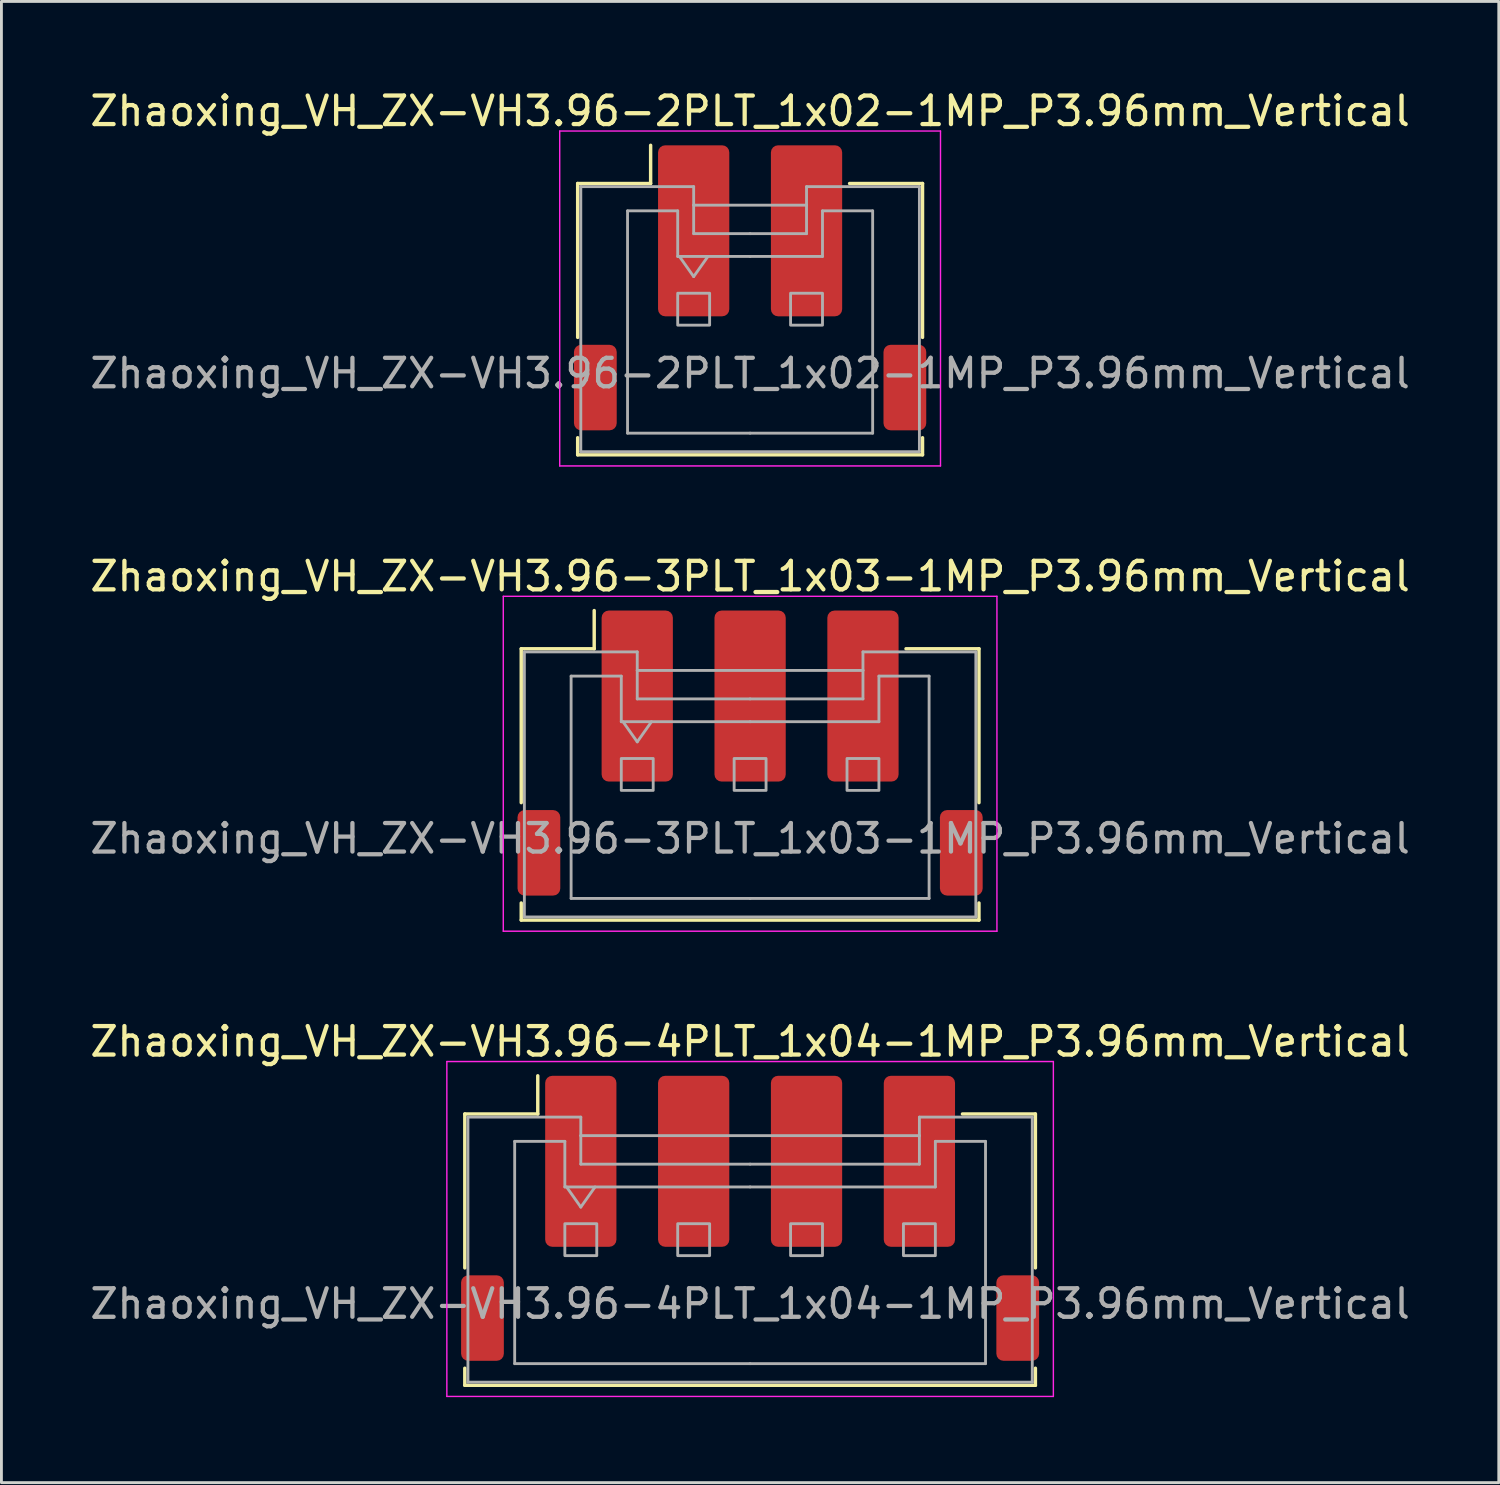
<source format=kicad_pcb>
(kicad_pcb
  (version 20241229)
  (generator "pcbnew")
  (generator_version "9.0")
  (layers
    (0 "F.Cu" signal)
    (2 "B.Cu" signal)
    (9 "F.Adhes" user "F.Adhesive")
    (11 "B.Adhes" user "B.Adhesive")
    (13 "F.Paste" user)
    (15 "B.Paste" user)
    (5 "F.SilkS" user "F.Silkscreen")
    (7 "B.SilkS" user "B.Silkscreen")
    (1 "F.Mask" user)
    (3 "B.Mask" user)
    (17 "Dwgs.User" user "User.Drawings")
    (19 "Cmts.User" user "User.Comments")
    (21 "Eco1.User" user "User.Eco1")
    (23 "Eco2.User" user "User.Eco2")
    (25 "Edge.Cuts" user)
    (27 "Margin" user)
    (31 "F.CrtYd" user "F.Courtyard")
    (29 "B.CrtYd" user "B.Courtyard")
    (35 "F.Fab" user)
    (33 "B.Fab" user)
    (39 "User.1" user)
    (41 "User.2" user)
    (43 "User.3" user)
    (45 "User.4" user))
  (footprint "Zhaoxing_VH_ZX-VH3.96-2PLT_1x02-1MP_P3.96mm_Vertical"
    (layer "F.Cu")
    (at 23.268 7.048)
    (property "Reference" "Zhaoxing_VH_ZX-VH3.96-2PLT_1x02-1MP_P3.96mm_Vertical" (at 0 -6.2 0) (layer "F.SilkS") (effects (font (size 1 1) (thickness 0.15))))
    (attr smd)
    (fp_line (start -6.05 -3.66) (end -3.49 -3.66) (stroke (width 0.12) (type solid)) (layer "F.SilkS"))
    (fp_line (start -6.05 1.74) (end -6.05 -3.66) (stroke (width 0.12) (type solid)) (layer "F.SilkS"))
    (fp_line (start -6.05 5.26) (end -6.05 5.86) (stroke (width 0.12) (type solid)) (layer "F.SilkS"))
    (fp_line (start -6.05 5.86) (end 6.05 5.86) (stroke (width 0.12) (type solid)) (layer "F.SilkS"))
    (fp_line (start -3.49 -3.66) (end -3.49 -5) (stroke (width 0.12) (type solid)) (layer "F.SilkS"))
    (fp_line (start 6.05 -3.66) (end 3.49 -3.66) (stroke (width 0.12) (type solid)) (layer "F.SilkS"))
    (fp_line (start 6.05 1.74) (end 6.05 -3.66) (stroke (width 0.12) (type solid)) (layer "F.SilkS"))
    (fp_line (start 6.05 5.86) (end 6.05 5.26) (stroke (width 0.12) (type solid)) (layer "F.SilkS"))
    (fp_line (start -6.68 -5.5) (end -6.68 6.25) (stroke (width 0.05) (type solid)) (layer "F.CrtYd"))
    (fp_line (start -6.68 6.25) (end 6.68 6.25) (stroke (width 0.05) (type solid)) (layer "F.CrtYd"))
    (fp_line (start 6.68 -5.5) (end -6.68 -5.5) (stroke (width 0.05) (type solid)) (layer "F.CrtYd"))
    (fp_line (start 6.68 6.25) (end 6.68 -5.5) (stroke (width 0.05) (type solid)) (layer "F.CrtYd"))
    (fp_line (start -5.94 -3.55) (end -5.94 5.75) (stroke (width 0.1) (type solid)) (layer "F.Fab"))
    (fp_line (start -5.94 -3.55) (end -1.98 -3.55) (stroke (width 0.1) (type solid)) (layer "F.Fab"))
    (fp_line (start -5.94 5.75) (end 5.94 5.75) (stroke (width 0.1) (type solid)) (layer "F.Fab"))
    (fp_line (start -4.3 -2.7) (end -4.3 5.1) (stroke (width 0.1) (type solid)) (layer "F.Fab"))
    (fp_line (start -4.3 5.1) (end 0 5.1) (stroke (width 0.1) (type solid)) (layer "F.Fab"))
    (fp_line (start -2.54 -2.7) (end -4.3 -2.7) (stroke (width 0.1) (type solid)) (layer "F.Fab"))
    (fp_line (start -2.54 -1.1) (end -2.54 -2.7) (stroke (width 0.1) (type solid)) (layer "F.Fab"))
    (fp_line (start -2.48 -1.1) (end -1.98 -0.393) (stroke (width 0.1) (type solid)) (layer "F.Fab"))
    (fp_line (start -1.98 -3.55) (end -1.98 -2.9) (stroke (width 0.1) (type solid)) (layer "F.Fab"))
    (fp_line (start -1.98 -2.9) (end 1.98 -2.9) (stroke (width 0.1) (type solid)) (layer "F.Fab"))
    (fp_line (start -1.98 -1.9) (end -1.98 -2.9) (stroke (width 0.1) (type solid)) (layer "F.Fab"))
    (fp_line (start -1.98 -0.393) (end -1.48 -1.1) (stroke (width 0.1) (type solid)) (layer "F.Fab"))
    (fp_line (start 0 -1.9) (end -1.98 -1.9) (stroke (width 0.1) (type solid)) (layer "F.Fab"))
    (fp_line (start 0 -1.9) (end 1.98 -1.9) (stroke (width 0.1) (type solid)) (layer "F.Fab"))
    (fp_line (start 0 -1.1) (end -2.54 -1.1) (stroke (width 0.1) (type solid)) (layer "F.Fab"))
    (fp_line (start 0 -1.1) (end 2.54 -1.1) (stroke (width 0.1) (type solid)) (layer "F.Fab"))
    (fp_line (start 1.98 -3.55) (end 5.94 -3.55) (stroke (width 0.1) (type solid)) (layer "F.Fab"))
    (fp_line (start 1.98 -2.9) (end 1.98 -3.55) (stroke (width 0.1) (type solid)) (layer "F.Fab"))
    (fp_line (start 1.98 -1.9) (end 1.98 -2.9) (stroke (width 0.1) (type solid)) (layer "F.Fab"))
    (fp_line (start 2.54 -2.7) (end 4.3 -2.7) (stroke (width 0.1) (type solid)) (layer "F.Fab"))
    (fp_line (start 2.54 -1.1) (end 2.54 -2.7) (stroke (width 0.1) (type solid)) (layer "F.Fab"))
    (fp_line (start 4.3 -2.7) (end 4.3 5.1) (stroke (width 0.1) (type solid)) (layer "F.Fab"))
    (fp_line (start 4.3 5.1) (end 0 5.1) (stroke (width 0.1) (type solid)) (layer "F.Fab"))
    (fp_line (start 5.94 -3.55) (end 5.94 5.75) (stroke (width 0.1) (type solid)) (layer "F.Fab"))
    (fp_rect (start -2.54 0.19) (end -1.42 1.31) (stroke (width 0.1) (type solid)) (fill no) (layer "F.Fab"))
    (fp_rect (start 1.42 0.19) (end 2.54 1.31) (stroke (width 0.1) (type solid)) (fill no) (layer "F.Fab"))
    (fp_text user "${REFERENCE}" (at 0 3 0) (layer "F.Fab") (effects (font (size 1 1) (thickness 0.15))))
    (pad "1" smd roundrect (at -1.98 -2) (size 2.5 6) (layers "F.Cu" "F.Mask" "F.Paste") (roundrect_rratio 0.1))
    (pad "2" smd roundrect (at 1.98 -2) (size 2.5 6) (layers "F.Cu" "F.Mask" "F.Paste") (roundrect_rratio 0.1))
    (pad "MP" smd roundrect (at -5.43 3.5) (size 1.5 3) (layers "F.Cu" "F.Mask" "F.Paste") (roundrect_rratio 0.167))
    (pad "MP" smd roundrect (at 5.43 3.5) (size 1.5 3) (layers "F.Cu" "F.Mask" "F.Paste") (roundrect_rratio 0.167)))
  (footprint "Zhaoxing_VH_ZX-VH3.96-3PLT_1x03-1MP_P3.96mm_Vertical"
    (layer "F.Cu")
    (at 23.268 23.372)
    (property "Reference" "Zhaoxing_VH_ZX-VH3.96-3PLT_1x03-1MP_P3.96mm_Vertical" (at 0 -6.2 0) (layer "F.SilkS") (effects (font (size 1 1) (thickness 0.15))))
    (attr smd)
    (fp_line (start -8.03 -3.66) (end -5.47 -3.66) (stroke (width 0.12) (type solid)) (layer "F.SilkS"))
    (fp_line (start -8.03 1.74) (end -8.03 -3.66) (stroke (width 0.12) (type solid)) (layer "F.SilkS"))
    (fp_line (start -8.03 5.26) (end -8.03 5.86) (stroke (width 0.12) (type solid)) (layer "F.SilkS"))
    (fp_line (start -8.03 5.86) (end 8.03 5.86) (stroke (width 0.12) (type solid)) (layer "F.SilkS"))
    (fp_line (start -5.47 -3.66) (end -5.47 -5) (stroke (width 0.12) (type solid)) (layer "F.SilkS"))
    (fp_line (start 8.03 -3.66) (end 5.47 -3.66) (stroke (width 0.12) (type solid)) (layer "F.SilkS"))
    (fp_line (start 8.03 1.74) (end 8.03 -3.66) (stroke (width 0.12) (type solid)) (layer "F.SilkS"))
    (fp_line (start 8.03 5.86) (end 8.03 5.26) (stroke (width 0.12) (type solid)) (layer "F.SilkS"))
    (fp_line (start -8.66 -5.5) (end -8.66 6.25) (stroke (width 0.05) (type solid)) (layer "F.CrtYd"))
    (fp_line (start -8.66 6.25) (end 8.66 6.25) (stroke (width 0.05) (type solid)) (layer "F.CrtYd"))
    (fp_line (start 8.66 -5.5) (end -8.66 -5.5) (stroke (width 0.05) (type solid)) (layer "F.CrtYd"))
    (fp_line (start 8.66 6.25) (end 8.66 -5.5) (stroke (width 0.05) (type solid)) (layer "F.CrtYd"))
    (fp_line (start -7.92 -3.55) (end -7.92 5.75) (stroke (width 0.1) (type solid)) (layer "F.Fab"))
    (fp_line (start -7.92 -3.55) (end -3.96 -3.55) (stroke (width 0.1) (type solid)) (layer "F.Fab"))
    (fp_line (start -7.92 5.75) (end 7.92 5.75) (stroke (width 0.1) (type solid)) (layer "F.Fab"))
    (fp_line (start -6.28 -2.7) (end -6.28 5.1) (stroke (width 0.1) (type solid)) (layer "F.Fab"))
    (fp_line (start -6.28 5.1) (end 0 5.1) (stroke (width 0.1) (type solid)) (layer "F.Fab"))
    (fp_line (start -4.52 -2.7) (end -6.28 -2.7) (stroke (width 0.1) (type solid)) (layer "F.Fab"))
    (fp_line (start -4.52 -1.1) (end -4.52 -2.7) (stroke (width 0.1) (type solid)) (layer "F.Fab"))
    (fp_line (start -4.46 -1.1) (end -3.96 -0.393) (stroke (width 0.1) (type solid)) (layer "F.Fab"))
    (fp_line (start -3.96 -3.55) (end -3.96 -2.9) (stroke (width 0.1) (type solid)) (layer "F.Fab"))
    (fp_line (start -3.96 -2.9) (end 3.96 -2.9) (stroke (width 0.1) (type solid)) (layer "F.Fab"))
    (fp_line (start -3.96 -1.9) (end -3.96 -2.9) (stroke (width 0.1) (type solid)) (layer "F.Fab"))
    (fp_line (start -3.96 -0.393) (end -3.46 -1.1) (stroke (width 0.1) (type solid)) (layer "F.Fab"))
    (fp_line (start 0 -1.9) (end -3.96 -1.9) (stroke (width 0.1) (type solid)) (layer "F.Fab"))
    (fp_line (start 0 -1.9) (end 3.96 -1.9) (stroke (width 0.1) (type solid)) (layer "F.Fab"))
    (fp_line (start 0 -1.1) (end -4.52 -1.1) (stroke (width 0.1) (type solid)) (layer "F.Fab"))
    (fp_line (start 0 -1.1) (end 4.52 -1.1) (stroke (width 0.1) (type solid)) (layer "F.Fab"))
    (fp_line (start 3.96 -3.55) (end 7.92 -3.55) (stroke (width 0.1) (type solid)) (layer "F.Fab"))
    (fp_line (start 3.96 -2.9) (end 3.96 -3.55) (stroke (width 0.1) (type solid)) (layer "F.Fab"))
    (fp_line (start 3.96 -1.9) (end 3.96 -2.9) (stroke (width 0.1) (type solid)) (layer "F.Fab"))
    (fp_line (start 4.52 -2.7) (end 6.28 -2.7) (stroke (width 0.1) (type solid)) (layer "F.Fab"))
    (fp_line (start 4.52 -1.1) (end 4.52 -2.7) (stroke (width 0.1) (type solid)) (layer "F.Fab"))
    (fp_line (start 6.28 -2.7) (end 6.28 5.1) (stroke (width 0.1) (type solid)) (layer "F.Fab"))
    (fp_line (start 6.28 5.1) (end 0 5.1) (stroke (width 0.1) (type solid)) (layer "F.Fab"))
    (fp_line (start 7.92 -3.55) (end 7.92 5.75) (stroke (width 0.1) (type solid)) (layer "F.Fab"))
    (fp_rect (start -4.52 0.19) (end -3.4 1.31) (stroke (width 0.1) (type solid)) (fill no) (layer "F.Fab"))
    (fp_rect (start -0.56 0.19) (end 0.56 1.31) (stroke (width 0.1) (type solid)) (fill no) (layer "F.Fab"))
    (fp_rect (start 3.4 0.19) (end 4.52 1.31) (stroke (width 0.1) (type solid)) (fill no) (layer "F.Fab"))
    (fp_text user "${REFERENCE}" (at 0 3 0) (layer "F.Fab") (effects (font (size 1 1) (thickness 0.15))))
    (pad "1" smd roundrect (at -3.96 -2) (size 2.5 6) (layers "F.Cu" "F.Mask" "F.Paste") (roundrect_rratio 0.1))
    (pad "2" smd roundrect (at 0 -2) (size 2.5 6) (layers "F.Cu" "F.Mask" "F.Paste") (roundrect_rratio 0.1))
    (pad "3" smd roundrect (at 3.96 -2) (size 2.5 6) (layers "F.Cu" "F.Mask" "F.Paste") (roundrect_rratio 0.1))
    (pad "MP" smd roundrect (at -7.41 3.5) (size 1.5 3) (layers "F.Cu" "F.Mask" "F.Paste") (roundrect_rratio 0.167))
    (pad "MP" smd roundrect (at 7.41 3.5) (size 1.5 3) (layers "F.Cu" "F.Mask" "F.Paste") (roundrect_rratio 0.167)))
  (footprint "Zhaoxing_VH_ZX-VH3.96-4PLT_1x04-1MP_P3.96mm_Vertical"
    (layer "F.Cu")
    (at 23.268 39.695)
    (property "Reference" "Zhaoxing_VH_ZX-VH3.96-4PLT_1x04-1MP_P3.96mm_Vertical" (at 0 -6.2 0) (layer "F.SilkS") (effects (font (size 1 1) (thickness 0.15))))
    (attr smd)
    (fp_line (start -10.01 -3.66) (end -7.45 -3.66) (stroke (width 0.12) (type solid)) (layer "F.SilkS"))
    (fp_line (start -10.01 1.74) (end -10.01 -3.66) (stroke (width 0.12) (type solid)) (layer "F.SilkS"))
    (fp_line (start -10.01 5.26) (end -10.01 5.86) (stroke (width 0.12) (type solid)) (layer "F.SilkS"))
    (fp_line (start -10.01 5.86) (end 10.01 5.86) (stroke (width 0.12) (type solid)) (layer "F.SilkS"))
    (fp_line (start -7.45 -3.66) (end -7.45 -5) (stroke (width 0.12) (type solid)) (layer "F.SilkS"))
    (fp_line (start 10.01 -3.66) (end 7.45 -3.66) (stroke (width 0.12) (type solid)) (layer "F.SilkS"))
    (fp_line (start 10.01 1.74) (end 10.01 -3.66) (stroke (width 0.12) (type solid)) (layer "F.SilkS"))
    (fp_line (start 10.01 5.86) (end 10.01 5.26) (stroke (width 0.12) (type solid)) (layer "F.SilkS"))
    (fp_line (start -10.64 -5.5) (end -10.64 6.25) (stroke (width 0.05) (type solid)) (layer "F.CrtYd"))
    (fp_line (start -10.64 6.25) (end 10.64 6.25) (stroke (width 0.05) (type solid)) (layer "F.CrtYd"))
    (fp_line (start 10.64 -5.5) (end -10.64 -5.5) (stroke (width 0.05) (type solid)) (layer "F.CrtYd"))
    (fp_line (start 10.64 6.25) (end 10.64 -5.5) (stroke (width 0.05) (type solid)) (layer "F.CrtYd"))
    (fp_line (start -9.9 -3.55) (end -9.9 5.75) (stroke (width 0.1) (type solid)) (layer "F.Fab"))
    (fp_line (start -9.9 -3.55) (end -5.94 -3.55) (stroke (width 0.1) (type solid)) (layer "F.Fab"))
    (fp_line (start -9.9 5.75) (end 9.9 5.75) (stroke (width 0.1) (type solid)) (layer "F.Fab"))
    (fp_line (start -8.26 -2.7) (end -8.26 5.1) (stroke (width 0.1) (type solid)) (layer "F.Fab"))
    (fp_line (start -8.26 5.1) (end 0 5.1) (stroke (width 0.1) (type solid)) (layer "F.Fab"))
    (fp_line (start -6.5 -2.7) (end -8.26 -2.7) (stroke (width 0.1) (type solid)) (layer "F.Fab"))
    (fp_line (start -6.5 -1.1) (end -6.5 -2.7) (stroke (width 0.1) (type solid)) (layer "F.Fab"))
    (fp_line (start -6.44 -1.1) (end -5.94 -0.393) (stroke (width 0.1) (type solid)) (layer "F.Fab"))
    (fp_line (start -5.94 -3.55) (end -5.94 -2.9) (stroke (width 0.1) (type solid)) (layer "F.Fab"))
    (fp_line (start -5.94 -2.9) (end 5.94 -2.9) (stroke (width 0.1) (type solid)) (layer "F.Fab"))
    (fp_line (start -5.94 -1.9) (end -5.94 -2.9) (stroke (width 0.1) (type solid)) (layer "F.Fab"))
    (fp_line (start -5.94 -0.393) (end -5.44 -1.1) (stroke (width 0.1) (type solid)) (layer "F.Fab"))
    (fp_line (start 0 -1.9) (end -5.94 -1.9) (stroke (width 0.1) (type solid)) (layer "F.Fab"))
    (fp_line (start 0 -1.9) (end 5.94 -1.9) (stroke (width 0.1) (type solid)) (layer "F.Fab"))
    (fp_line (start 0 -1.1) (end -6.5 -1.1) (stroke (width 0.1) (type solid)) (layer "F.Fab"))
    (fp_line (start 0 -1.1) (end 6.5 -1.1) (stroke (width 0.1) (type solid)) (layer "F.Fab"))
    (fp_line (start 5.94 -3.55) (end 9.9 -3.55) (stroke (width 0.1) (type solid)) (layer "F.Fab"))
    (fp_line (start 5.94 -2.9) (end 5.94 -3.55) (stroke (width 0.1) (type solid)) (layer "F.Fab"))
    (fp_line (start 5.94 -1.9) (end 5.94 -2.9) (stroke (width 0.1) (type solid)) (layer "F.Fab"))
    (fp_line (start 6.5 -2.7) (end 8.26 -2.7) (stroke (width 0.1) (type solid)) (layer "F.Fab"))
    (fp_line (start 6.5 -1.1) (end 6.5 -2.7) (stroke (width 0.1) (type solid)) (layer "F.Fab"))
    (fp_line (start 8.26 -2.7) (end 8.26 5.1) (stroke (width 0.1) (type solid)) (layer "F.Fab"))
    (fp_line (start 8.26 5.1) (end 0 5.1) (stroke (width 0.1) (type solid)) (layer "F.Fab"))
    (fp_line (start 9.9 -3.55) (end 9.9 5.75) (stroke (width 0.1) (type solid)) (layer "F.Fab"))
    (fp_rect (start -6.5 0.19) (end -5.38 1.31) (stroke (width 0.1) (type solid)) (fill no) (layer "F.Fab"))
    (fp_rect (start -2.54 0.19) (end -1.42 1.31) (stroke (width 0.1) (type solid)) (fill no) (layer "F.Fab"))
    (fp_rect (start 1.42 0.19) (end 2.54 1.31) (stroke (width 0.1) (type solid)) (fill no) (layer "F.Fab"))
    (fp_rect (start 5.38 0.19) (end 6.5 1.31) (stroke (width 0.1) (type solid)) (fill no) (layer "F.Fab"))
    (fp_text user "${REFERENCE}" (at 0 3 0) (layer "F.Fab") (effects (font (size 1 1) (thickness 0.15))))
    (pad "1" smd roundrect (at -5.94 -2) (size 2.5 6) (layers "F.Cu" "F.Mask" "F.Paste") (roundrect_rratio 0.1))
    (pad "2" smd roundrect (at -1.98 -2) (size 2.5 6) (layers "F.Cu" "F.Mask" "F.Paste") (roundrect_rratio 0.1))
    (pad "3" smd roundrect (at 1.98 -2) (size 2.5 6) (layers "F.Cu" "F.Mask" "F.Paste") (roundrect_rratio 0.1))
    (pad "4" smd roundrect (at 5.94 -2) (size 2.5 6) (layers "F.Cu" "F.Mask" "F.Paste") (roundrect_rratio 0.1))
    (pad "MP" smd roundrect (at -9.39 3.5) (size 1.5 3) (layers "F.Cu" "F.Mask" "F.Paste") (roundrect_rratio 0.167))
    (pad "MP" smd roundrect (at 9.39 3.5) (size 1.5 3) (layers "F.Cu" "F.Mask" "F.Paste") (roundrect_rratio 0.167)))
  (gr_rect
    (start -3 -3)
    (end 49.536 48.97)
    (stroke (width 0.1) (type default))
    (fill no)
    (layer "Edge.Cuts")))
</source>
